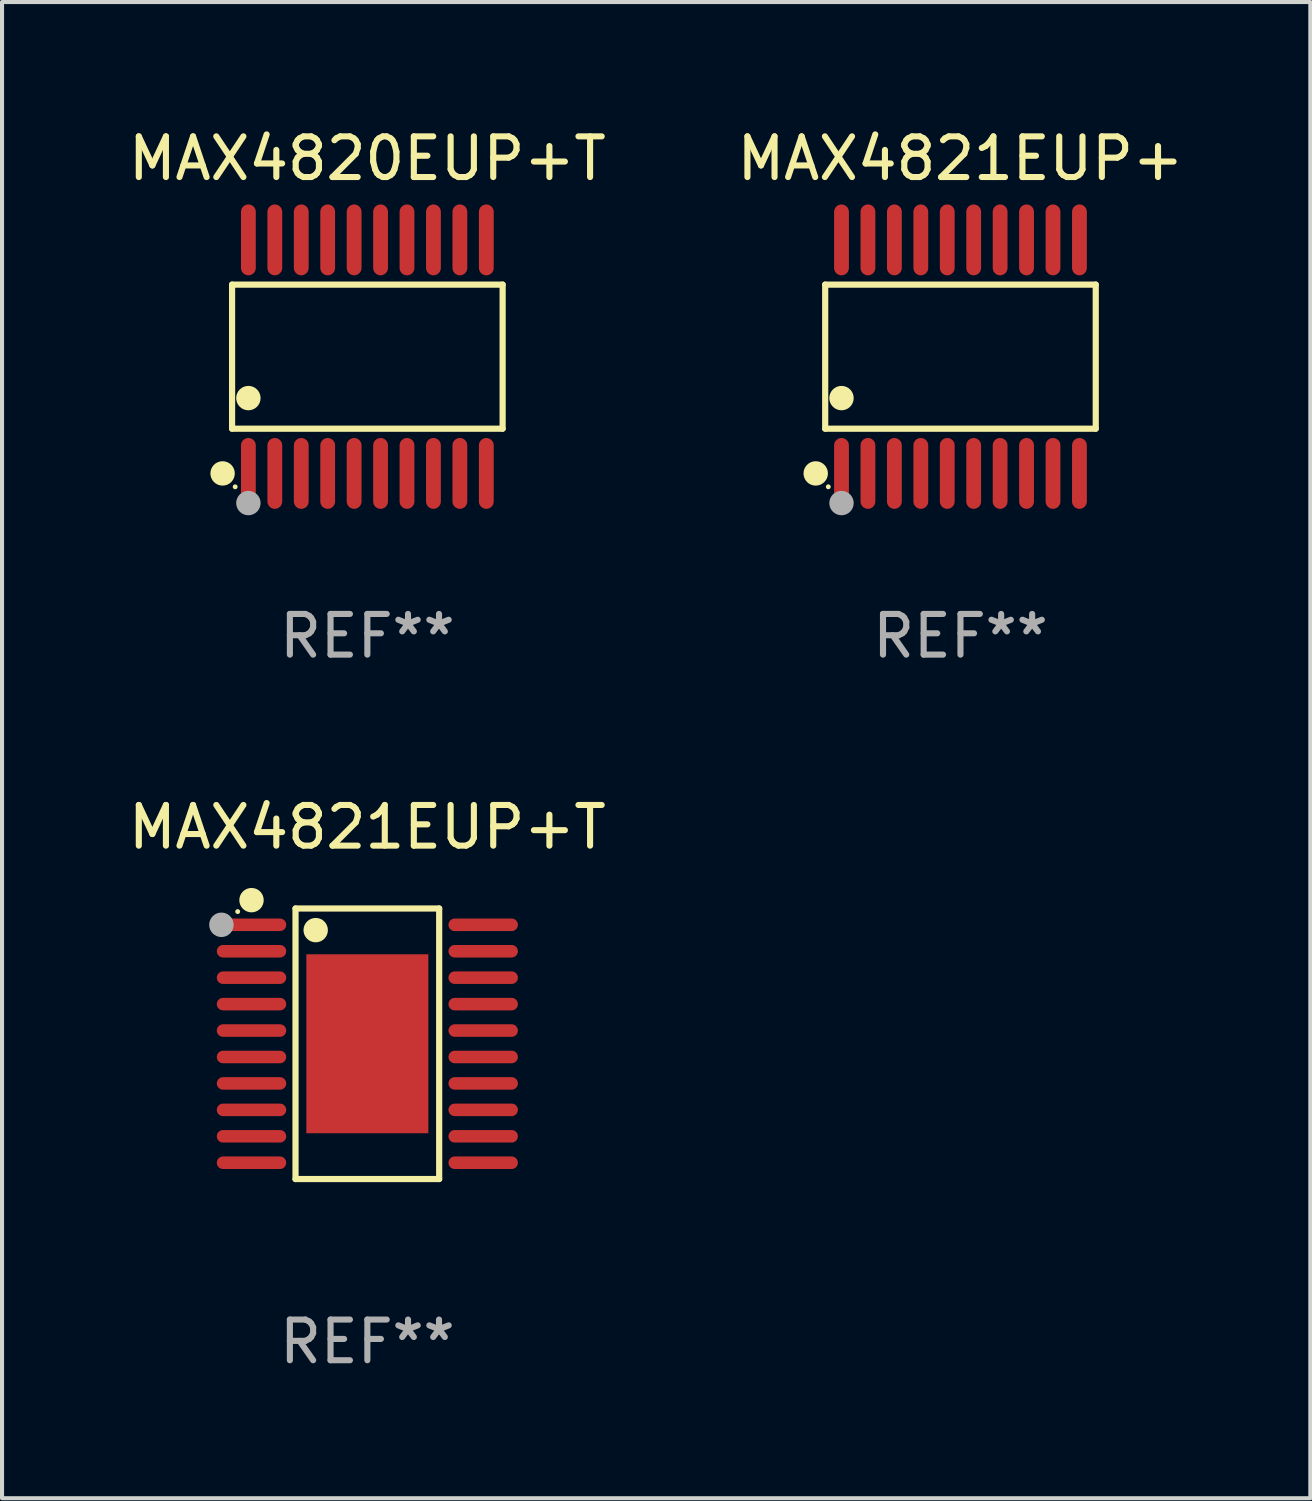
<source format=kicad_pcb>
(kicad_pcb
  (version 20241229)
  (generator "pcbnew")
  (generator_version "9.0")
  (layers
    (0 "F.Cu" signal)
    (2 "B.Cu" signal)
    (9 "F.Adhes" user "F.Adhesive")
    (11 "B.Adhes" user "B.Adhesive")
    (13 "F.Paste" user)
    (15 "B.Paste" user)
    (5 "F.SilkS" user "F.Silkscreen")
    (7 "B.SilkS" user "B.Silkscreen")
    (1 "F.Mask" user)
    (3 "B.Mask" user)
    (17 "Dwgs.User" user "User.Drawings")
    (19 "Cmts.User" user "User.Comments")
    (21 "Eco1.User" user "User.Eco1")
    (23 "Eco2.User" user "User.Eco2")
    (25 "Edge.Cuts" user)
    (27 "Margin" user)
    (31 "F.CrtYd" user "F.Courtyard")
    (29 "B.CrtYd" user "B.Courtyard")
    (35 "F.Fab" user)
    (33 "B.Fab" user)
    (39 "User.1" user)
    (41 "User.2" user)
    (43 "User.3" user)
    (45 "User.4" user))
  (footprint "MAX4821EUP+T"
    (layer "F.Cu")
    (at 5.982 22.613)
    (property "Reference" "MAX4821EUP+T" (at 0 -5.326 0) (layer "F.SilkS") (effects (font (size 1 1) (thickness 0.15))))
    (attr through_hole)
    (fp_line (start -1.766 -3.326) (end 1.766 -3.326) (stroke (width 0.152) (type solid)) (layer "F.SilkS"))
    (fp_line (start -1.766 3.326) (end -1.766 -3.326) (stroke (width 0.152) (type solid)) (layer "F.SilkS"))
    (fp_line (start 1.766 -3.326) (end 1.766 3.326) (stroke (width 0.152) (type solid)) (layer "F.SilkS"))
    (fp_line (start 1.766 3.326) (end -1.766 3.326) (stroke (width 0.152) (type solid)) (layer "F.SilkS"))
    (fp_circle (center -3.188 -3.25) (end -3.158 -3.25) (stroke (width 0.06) (type solid)) (fill no) (layer "F.SilkS"))
    (fp_circle (center -2.848 -3.531) (end -2.698 -3.531) (stroke (width 0.3) (type solid)) (fill no) (layer "F.SilkS"))
    (fp_circle (center -1.27 -2.794) (end -1.12 -2.794) (stroke (width 0.3) (type solid)) (fill no) (layer "F.SilkS"))
    (fp_circle (center -3.588 -2.925) (end -3.437 -2.925) (stroke (width 0.3) (type solid)) (fill no) (layer "F.Fab"))
    (fp_text user "REF**" (at 0 7.326 0) (layer "F.Fab") (effects (font (size 1 1) (thickness 0.15))))
    (pad "1" smd oval (at -2.848 -2.925) (size 1.707 0.308) (layers "F.Cu" "F.Mask" "F.Paste"))
    (pad "2" smd oval (at -2.848 -2.275) (size 1.707 0.308) (layers "F.Cu" "F.Mask" "F.Paste"))
    (pad "3" smd oval (at -2.848 -1.625) (size 1.707 0.308) (layers "F.Cu" "F.Mask" "F.Paste"))
    (pad "4" smd oval (at -2.848 -0.975) (size 1.707 0.308) (layers "F.Cu" "F.Mask" "F.Paste"))
    (pad "5" smd oval (at -2.848 -0.325) (size 1.707 0.308) (layers "F.Cu" "F.Mask" "F.Paste"))
    (pad "6" smd oval (at -2.848 0.325) (size 1.707 0.308) (layers "F.Cu" "F.Mask" "F.Paste"))
    (pad "7" smd oval (at -2.848 0.975) (size 1.707 0.308) (layers "F.Cu" "F.Mask" "F.Paste"))
    (pad "8" smd oval (at -2.848 1.625) (size 1.707 0.308) (layers "F.Cu" "F.Mask" "F.Paste"))
    (pad "9" smd oval (at -2.848 2.275) (size 1.707 0.308) (layers "F.Cu" "F.Mask" "F.Paste"))
    (pad "10" smd oval (at -2.848 2.925) (size 1.707 0.308) (layers "F.Cu" "F.Mask" "F.Paste"))
    (pad "11" smd oval (at 2.848 2.925) (size 1.707 0.308) (layers "F.Cu" "F.Mask" "F.Paste"))
    (pad "12" smd oval (at 2.848 2.275) (size 1.707 0.308) (layers "F.Cu" "F.Mask" "F.Paste"))
    (pad "13" smd oval (at 2.848 1.625) (size 1.707 0.308) (layers "F.Cu" "F.Mask" "F.Paste"))
    (pad "14" smd oval (at 2.848 0.975) (size 1.707 0.308) (layers "F.Cu" "F.Mask" "F.Paste"))
    (pad "15" smd oval (at 2.848 0.325) (size 1.707 0.308) (layers "F.Cu" "F.Mask" "F.Paste"))
    (pad "16" smd oval (at 2.848 -0.325) (size 1.707 0.308) (layers "F.Cu" "F.Mask" "F.Paste"))
    (pad "17" smd oval (at 2.848 -0.975) (size 1.707 0.308) (layers "F.Cu" "F.Mask" "F.Paste"))
    (pad "18" smd oval (at 2.848 -1.625) (size 1.707 0.308) (layers "F.Cu" "F.Mask" "F.Paste"))
    (pad "19" smd oval (at 2.848 -2.275) (size 1.707 0.308) (layers "F.Cu" "F.Mask" "F.Paste"))
    (pad "20" smd oval (at 2.848 -2.925) (size 1.707 0.308) (layers "F.Cu" "F.Mask" "F.Paste"))
    (pad "21" smd rect (at 0 0) (size 3 4.4) (layers "F.Cu" "F.Mask" "F.Paste")))
  (footprint "MAX4821EUP+"
    (layer "F.Cu")
    (at 20.565 5.719)
    (property "Reference" "MAX4821EUP+" (at 0 -4.871 0) (layer "F.SilkS") (effects (font (size 1 1) (thickness 0.15))))
    (attr through_hole)
    (fp_line (start -3.326 -1.771) (end 3.326 -1.771) (stroke (width 0.152) (type solid)) (layer "F.SilkS"))
    (fp_line (start -3.326 1.771) (end -3.326 -1.771) (stroke (width 0.152) (type solid)) (layer "F.SilkS"))
    (fp_line (start 3.326 -1.771) (end 3.326 1.771) (stroke (width 0.152) (type solid)) (layer "F.SilkS"))
    (fp_line (start 3.326 1.771) (end -3.326 1.771) (stroke (width 0.152) (type solid)) (layer "F.SilkS"))
    (fp_circle (center -3.559 2.871) (end -3.409 2.871) (stroke (width 0.3) (type solid)) (fill no) (layer "F.SilkS"))
    (fp_circle (center -3.25 3.2) (end -3.22 3.2) (stroke (width 0.06) (type solid)) (fill no) (layer "F.SilkS"))
    (fp_circle (center -2.925 1.019) (end -2.775 1.019) (stroke (width 0.3) (type solid)) (fill no) (layer "F.SilkS"))
    (fp_circle (center -2.925 3.6) (end -2.775 3.6) (stroke (width 0.3) (type solid)) (fill no) (layer "F.Fab"))
    (fp_text user "REF**" (at 0 6.871 0) (layer "F.Fab") (effects (font (size 1 1) (thickness 0.15))))
    (pad "1" smd oval (at -2.925 2.871) (size 0.364 1.742) (layers "F.Cu" "F.Mask" "F.Paste"))
    (pad "2" smd oval (at -2.275 2.871) (size 0.364 1.742) (layers "F.Cu" "F.Mask" "F.Paste"))
    (pad "3" smd oval (at -1.625 2.871) (size 0.364 1.742) (layers "F.Cu" "F.Mask" "F.Paste"))
    (pad "4" smd oval (at -0.975 2.871) (size 0.364 1.742) (layers "F.Cu" "F.Mask" "F.Paste"))
    (pad "5" smd oval (at -0.325 2.871) (size 0.364 1.742) (layers "F.Cu" "F.Mask" "F.Paste"))
    (pad "6" smd oval (at 0.325 2.871) (size 0.364 1.742) (layers "F.Cu" "F.Mask" "F.Paste"))
    (pad "7" smd oval (at 0.975 2.871) (size 0.364 1.742) (layers "F.Cu" "F.Mask" "F.Paste"))
    (pad "8" smd oval (at 1.625 2.871) (size 0.364 1.742) (layers "F.Cu" "F.Mask" "F.Paste"))
    (pad "9" smd oval (at 2.275 2.871) (size 0.364 1.742) (layers "F.Cu" "F.Mask" "F.Paste"))
    (pad "10" smd oval (at 2.925 2.871) (size 0.364 1.742) (layers "F.Cu" "F.Mask" "F.Paste"))
    (pad "11" smd oval (at 2.925 -2.871) (size 0.364 1.742) (layers "F.Cu" "F.Mask" "F.Paste"))
    (pad "12" smd oval (at 2.275 -2.871) (size 0.364 1.742) (layers "F.Cu" "F.Mask" "F.Paste"))
    (pad "13" smd oval (at 1.625 -2.871) (size 0.364 1.742) (layers "F.Cu" "F.Mask" "F.Paste"))
    (pad "14" smd oval (at 0.975 -2.871) (size 0.364 1.742) (layers "F.Cu" "F.Mask" "F.Paste"))
    (pad "15" smd oval (at 0.325 -2.871) (size 0.364 1.742) (layers "F.Cu" "F.Mask" "F.Paste"))
    (pad "16" smd oval (at -0.325 -2.871) (size 0.364 1.742) (layers "F.Cu" "F.Mask" "F.Paste"))
    (pad "17" smd oval (at -0.975 -2.871) (size 0.364 1.742) (layers "F.Cu" "F.Mask" "F.Paste"))
    (pad "18" smd oval (at -1.625 -2.871) (size 0.364 1.742) (layers "F.Cu" "F.Mask" "F.Paste"))
    (pad "19" smd oval (at -2.275 -2.871) (size 0.364 1.742) (layers "F.Cu" "F.Mask" "F.Paste"))
    (pad "20" smd oval (at -2.925 -2.871) (size 0.364 1.742) (layers "F.Cu" "F.Mask" "F.Paste")))
  (footprint "MAX4820EUP+T"
    (layer "F.Cu")
    (at 5.982 5.719)
    (property "Reference" "MAX4820EUP+T" (at 0 -4.871 0) (layer "F.SilkS") (effects (font (size 1 1) (thickness 0.15))))
    (attr through_hole)
    (fp_line (start -3.326 -1.771) (end 3.326 -1.771) (stroke (width 0.152) (type solid)) (layer "F.SilkS"))
    (fp_line (start -3.326 1.771) (end -3.326 -1.771) (stroke (width 0.152) (type solid)) (layer "F.SilkS"))
    (fp_line (start 3.326 -1.771) (end 3.326 1.771) (stroke (width 0.152) (type solid)) (layer "F.SilkS"))
    (fp_line (start 3.326 1.771) (end -3.326 1.771) (stroke (width 0.152) (type solid)) (layer "F.SilkS"))
    (fp_circle (center -3.559 2.871) (end -3.409 2.871) (stroke (width 0.3) (type solid)) (fill no) (layer "F.SilkS"))
    (fp_circle (center -3.25 3.2) (end -3.22 3.2) (stroke (width 0.06) (type solid)) (fill no) (layer "F.SilkS"))
    (fp_circle (center -2.925 1.019) (end -2.775 1.019) (stroke (width 0.3) (type solid)) (fill no) (layer "F.SilkS"))
    (fp_circle (center -2.925 3.6) (end -2.775 3.6) (stroke (width 0.3) (type solid)) (fill no) (layer "F.Fab"))
    (fp_text user "REF**" (at 0 6.871 0) (layer "F.Fab") (effects (font (size 1 1) (thickness 0.15))))
    (pad "1" smd oval (at -2.925 2.871) (size 0.364 1.742) (layers "F.Cu" "F.Mask" "F.Paste"))
    (pad "2" smd oval (at -2.275 2.871) (size 0.364 1.742) (layers "F.Cu" "F.Mask" "F.Paste"))
    (pad "3" smd oval (at -1.625 2.871) (size 0.364 1.742) (layers "F.Cu" "F.Mask" "F.Paste"))
    (pad "4" smd oval (at -0.975 2.871) (size 0.364 1.742) (layers "F.Cu" "F.Mask" "F.Paste"))
    (pad "5" smd oval (at -0.325 2.871) (size 0.364 1.742) (layers "F.Cu" "F.Mask" "F.Paste"))
    (pad "6" smd oval (at 0.325 2.871) (size 0.364 1.742) (layers "F.Cu" "F.Mask" "F.Paste"))
    (pad "7" smd oval (at 0.975 2.871) (size 0.364 1.742) (layers "F.Cu" "F.Mask" "F.Paste"))
    (pad "8" smd oval (at 1.625 2.871) (size 0.364 1.742) (layers "F.Cu" "F.Mask" "F.Paste"))
    (pad "9" smd oval (at 2.275 2.871) (size 0.364 1.742) (layers "F.Cu" "F.Mask" "F.Paste"))
    (pad "10" smd oval (at 2.925 2.871) (size 0.364 1.742) (layers "F.Cu" "F.Mask" "F.Paste"))
    (pad "11" smd oval (at 2.925 -2.871) (size 0.364 1.742) (layers "F.Cu" "F.Mask" "F.Paste"))
    (pad "12" smd oval (at 2.275 -2.871) (size 0.364 1.742) (layers "F.Cu" "F.Mask" "F.Paste"))
    (pad "13" smd oval (at 1.625 -2.871) (size 0.364 1.742) (layers "F.Cu" "F.Mask" "F.Paste"))
    (pad "14" smd oval (at 0.975 -2.871) (size 0.364 1.742) (layers "F.Cu" "F.Mask" "F.Paste"))
    (pad "15" smd oval (at 0.325 -2.871) (size 0.364 1.742) (layers "F.Cu" "F.Mask" "F.Paste"))
    (pad "16" smd oval (at -0.325 -2.871) (size 0.364 1.742) (layers "F.Cu" "F.Mask" "F.Paste"))
    (pad "17" smd oval (at -0.975 -2.871) (size 0.364 1.742) (layers "F.Cu" "F.Mask" "F.Paste"))
    (pad "18" smd oval (at -1.625 -2.871) (size 0.364 1.742) (layers "F.Cu" "F.Mask" "F.Paste"))
    (pad "19" smd oval (at -2.275 -2.871) (size 0.364 1.742) (layers "F.Cu" "F.Mask" "F.Paste"))
    (pad "20" smd oval (at -2.925 -2.871) (size 0.364 1.742) (layers "F.Cu" "F.Mask" "F.Paste")))
  (gr_rect
    (start -3 -3)
    (end 29.167 33.787)
    (stroke (width 0.1) (type default))
    (fill no)
    (layer "Edge.Cuts")))
</source>
